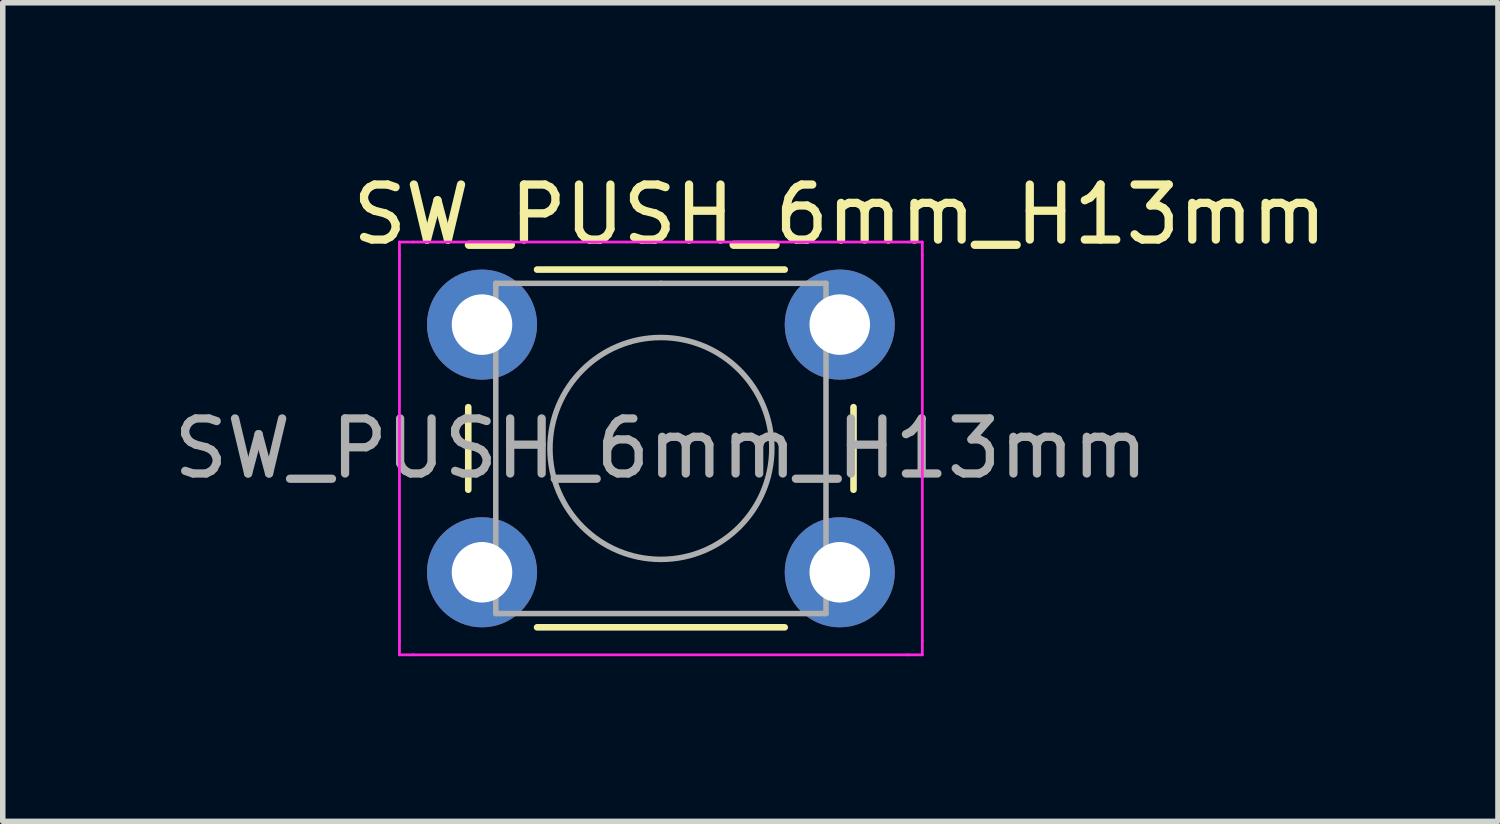
<source format=kicad_pcb>
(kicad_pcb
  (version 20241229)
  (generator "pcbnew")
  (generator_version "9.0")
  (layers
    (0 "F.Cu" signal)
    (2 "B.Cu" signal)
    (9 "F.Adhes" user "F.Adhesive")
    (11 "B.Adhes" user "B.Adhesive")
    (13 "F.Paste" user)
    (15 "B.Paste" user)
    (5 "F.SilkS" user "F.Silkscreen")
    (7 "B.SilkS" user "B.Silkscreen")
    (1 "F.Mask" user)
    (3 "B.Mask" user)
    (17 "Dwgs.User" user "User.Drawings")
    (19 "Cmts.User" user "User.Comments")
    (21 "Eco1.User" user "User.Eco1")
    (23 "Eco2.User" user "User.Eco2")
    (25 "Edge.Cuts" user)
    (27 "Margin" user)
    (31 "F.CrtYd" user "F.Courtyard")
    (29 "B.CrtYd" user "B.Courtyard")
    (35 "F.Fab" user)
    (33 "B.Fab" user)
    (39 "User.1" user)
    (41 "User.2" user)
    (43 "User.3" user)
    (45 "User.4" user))
  (footprint "SW_PUSH_6mm_H13mm"
    (layer "F.Cu")
    (at 8.958 5.098)
    (property "Reference" "SW_PUSH_6mm_H13mm" (at 3.25 -4.25 0) (layer "F.SilkS") (effects (font (size 1 1) (thickness 0.15))))
    (attr through_hole)
    (fp_line (start -3.5 -0.75) (end -3.5 0.75) (stroke (width 0.12) (type solid)) (layer "F.SilkS"))
    (fp_line (start -2.25 3.25) (end 2.25 3.25) (stroke (width 0.12) (type solid)) (layer "F.SilkS"))
    (fp_line (start 2.25 -3.25) (end -2.25 -3.25) (stroke (width 0.12) (type solid)) (layer "F.SilkS"))
    (fp_line (start 3.5 0.75) (end 3.5 -0.75) (stroke (width 0.12) (type solid)) (layer "F.SilkS"))
    (fp_line (start -4.75 -3.75) (end -4.5 -3.75) (stroke (width 0.05) (type solid)) (layer "F.CrtYd"))
    (fp_line (start -4.75 -3.5) (end -4.75 -3.75) (stroke (width 0.05) (type solid)) (layer "F.CrtYd"))
    (fp_line (start -4.75 3.5) (end -4.75 -3.5) (stroke (width 0.05) (type solid)) (layer "F.CrtYd"))
    (fp_line (start -4.75 3.5) (end -4.75 3.75) (stroke (width 0.05) (type solid)) (layer "F.CrtYd"))
    (fp_line (start -4.75 3.75) (end -4.5 3.75) (stroke (width 0.05) (type solid)) (layer "F.CrtYd"))
    (fp_line (start -4.5 -3.75) (end 4.5 -3.75) (stroke (width 0.05) (type solid)) (layer "F.CrtYd"))
    (fp_line (start 4.5 -3.75) (end 4.75 -3.75) (stroke (width 0.05) (type solid)) (layer "F.CrtYd"))
    (fp_line (start 4.5 3.75) (end -4.5 3.75) (stroke (width 0.05) (type solid)) (layer "F.CrtYd"))
    (fp_line (start 4.5 3.75) (end 4.75 3.75) (stroke (width 0.05) (type solid)) (layer "F.CrtYd"))
    (fp_line (start 4.75 -3.75) (end 4.75 -3.5) (stroke (width 0.05) (type solid)) (layer "F.CrtYd"))
    (fp_line (start 4.75 -3.5) (end 4.75 3.5) (stroke (width 0.05) (type solid)) (layer "F.CrtYd"))
    (fp_line (start 4.75 3.75) (end 4.75 3.5) (stroke (width 0.05) (type solid)) (layer "F.CrtYd"))
    (fp_line (start -3 -3) (end 0 -3) (stroke (width 0.1) (type solid)) (layer "F.Fab"))
    (fp_line (start -3 3) (end -3 -3) (stroke (width 0.1) (type solid)) (layer "F.Fab"))
    (fp_line (start 0 -3) (end 3 -3) (stroke (width 0.1) (type solid)) (layer "F.Fab"))
    (fp_line (start 3 -3) (end 3 3) (stroke (width 0.1) (type solid)) (layer "F.Fab"))
    (fp_line (start 3 3) (end -3 3) (stroke (width 0.1) (type solid)) (layer "F.Fab"))
    (fp_circle (center 0 0) (end -2 0.25) (stroke (width 0.1) (type solid)) (fill no) (layer "F.Fab"))
    (fp_text user "${REFERENCE}" (at 0 0 0) (layer "F.Fab") (effects (font (size 1 1) (thickness 0.15))))
    (pad "1" thru_hole circle (at -3.25 -2.25 90) (size 2 2) (drill 1.1) (layers "*.Cu" "*.Mask"))
    (pad "1" thru_hole circle (at 3.25 -2.25 90) (size 2 2) (drill 1.1) (layers "*.Cu" "*.Mask"))
    (pad "2" thru_hole circle (at -3.25 2.25 90) (size 2 2) (drill 1.1) (layers "*.Cu" "*.Mask"))
    (pad "2" thru_hole circle (at 3.25 2.25 90) (size 2 2) (drill 1.1) (layers "*.Cu" "*.Mask")))
  (gr_rect
    (start -3 -3)
    (end 24.167 11.873)
    (stroke (width 0.1) (type default))
    (fill no)
    (layer "Edge.Cuts")))
</source>
